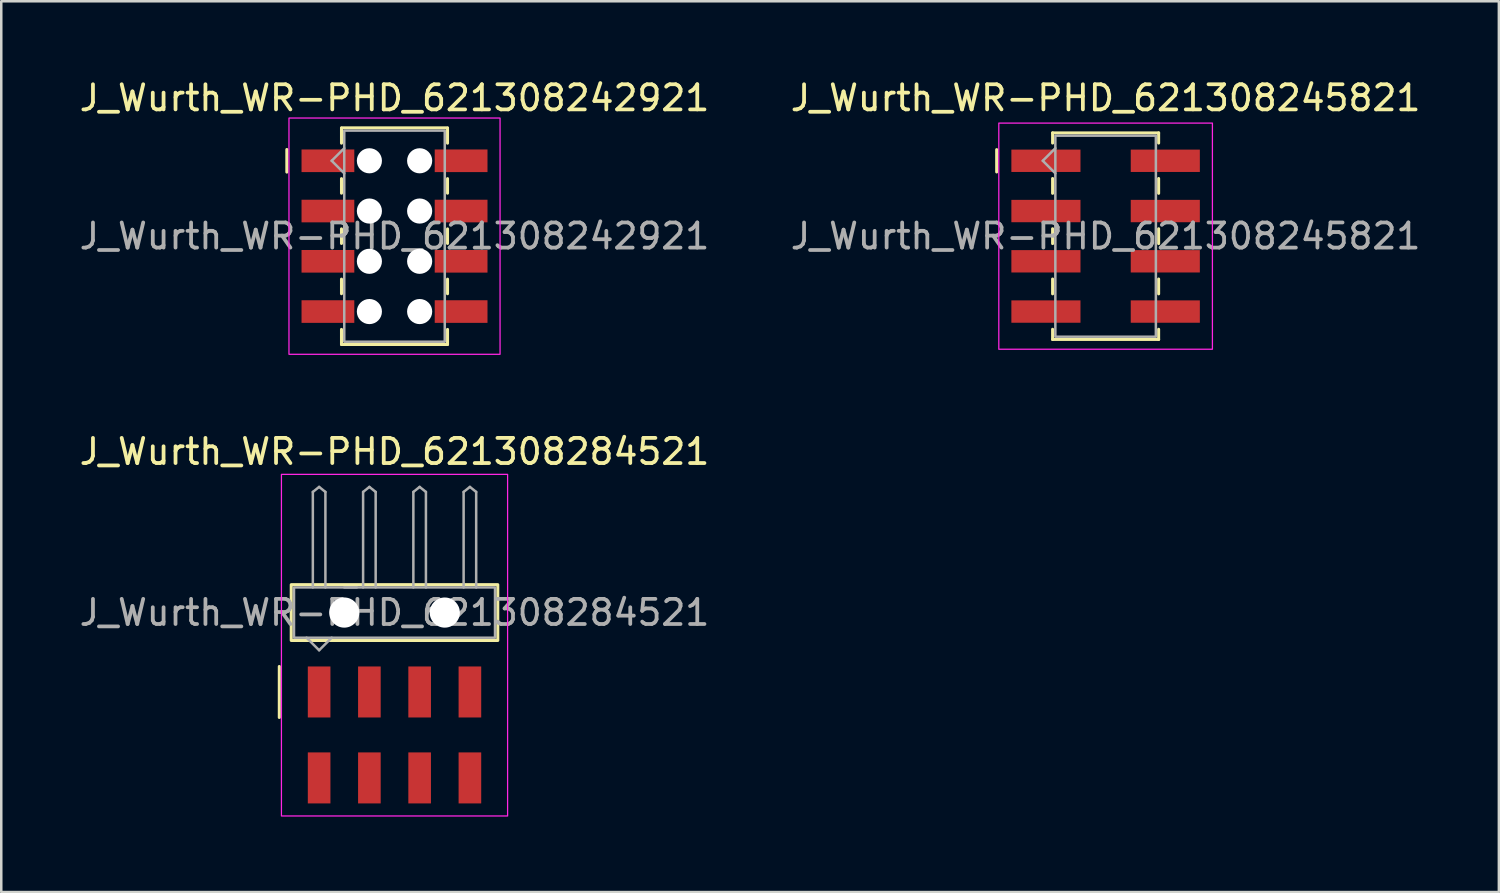
<source format=kicad_pcb>
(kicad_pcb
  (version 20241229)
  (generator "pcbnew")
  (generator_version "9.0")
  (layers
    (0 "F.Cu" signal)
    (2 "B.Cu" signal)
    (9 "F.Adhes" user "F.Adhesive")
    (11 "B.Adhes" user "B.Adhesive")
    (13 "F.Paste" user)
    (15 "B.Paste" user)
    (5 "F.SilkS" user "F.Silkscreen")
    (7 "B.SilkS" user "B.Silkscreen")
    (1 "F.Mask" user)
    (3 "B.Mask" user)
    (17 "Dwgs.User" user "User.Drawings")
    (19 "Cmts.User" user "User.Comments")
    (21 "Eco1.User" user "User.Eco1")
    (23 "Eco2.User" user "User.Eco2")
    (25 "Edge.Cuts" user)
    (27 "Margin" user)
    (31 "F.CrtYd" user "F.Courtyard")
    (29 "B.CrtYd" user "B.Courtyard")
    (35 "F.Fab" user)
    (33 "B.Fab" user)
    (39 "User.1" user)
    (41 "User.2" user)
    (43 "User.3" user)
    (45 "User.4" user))
  (footprint "J_Wurth_WR-PHD_621308245821"
    (layer "F.Cu")
    (at 40.946 6.348)
    (property "Reference" "J_Wurth_WR-PHD_621308245821" (at 0 -5.5 0) (unlocked yes) (layer "F.SilkS") (effects (font (size 1 1) (thickness 0.15))))
    (attr smd)
    (fp_line (start -4.335 -3.445) (end -4.335 -2.555) (stroke (width 0.12) (type solid)) (layer "F.SilkS"))
    (fp_line (start -2.11 -4.11) (end -2.11 -3.705) (stroke (width 0.12) (type solid)) (layer "F.SilkS"))
    (fp_line (start -2.11 -2.295) (end -2.11 -1.705) (stroke (width 0.12) (type solid)) (layer "F.SilkS"))
    (fp_line (start -2.11 -0.295) (end -2.11 0.295) (stroke (width 0.12) (type solid)) (layer "F.SilkS"))
    (fp_line (start -2.11 1.705) (end -2.11 2.295) (stroke (width 0.12) (type solid)) (layer "F.SilkS"))
    (fp_line (start -2.11 3.705) (end -2.11 4.11) (stroke (width 0.12) (type solid)) (layer "F.SilkS"))
    (fp_line (start 2.11 -4.11) (end -2.11 -4.11) (stroke (width 0.12) (type solid)) (layer "F.SilkS"))
    (fp_line (start 2.11 -4.11) (end 2.11 -3.705) (stroke (width 0.12) (type solid)) (layer "F.SilkS"))
    (fp_line (start 2.11 -2.295) (end 2.11 -1.705) (stroke (width 0.12) (type solid)) (layer "F.SilkS"))
    (fp_line (start 2.11 -0.295) (end 2.11 0.295) (stroke (width 0.12) (type solid)) (layer "F.SilkS"))
    (fp_line (start 2.11 1.705) (end 2.11 2.295) (stroke (width 0.12) (type solid)) (layer "F.SilkS"))
    (fp_line (start 2.11 3.705) (end 2.11 4.11) (stroke (width 0.12) (type solid)) (layer "F.SilkS"))
    (fp_line (start 2.11 4.11) (end -2.11 4.11) (stroke (width 0.12) (type solid)) (layer "F.SilkS"))
    (fp_rect (start -4.25 -4.5) (end 4.25 4.5) (stroke (width 0.05) (type solid)) (fill no) (layer "F.CrtYd"))
    (fp_line (start -2.5 -3) (end -2 -2.5) (stroke (width 0.1) (type default)) (layer "F.Fab"))
    (fp_line (start -2 -3.5) (end -2.5 -3) (stroke (width 0.1) (type default)) (layer "F.Fab"))
    (fp_rect (start -2 -4) (end 2 4) (stroke (width 0.1) (type solid)) (fill no) (layer "F.Fab"))
    (fp_text user "${REFERENCE}" (at 0 0 0) (unlocked yes) (layer "F.Fab") (effects (font (size 1 1) (thickness 0.15))))
    (pad "1" smd rect (at -2.375 -3 270) (size 0.89 2.75) (layers "F.Cu" "F.Mask" "F.Paste"))
    (pad "2" smd rect (at 2.375 -3 270) (size 0.89 2.75) (layers "F.Cu" "F.Mask" "F.Paste"))
    (pad "3" smd rect (at -2.375 -1 270) (size 0.89 2.75) (layers "F.Cu" "F.Mask" "F.Paste"))
    (pad "4" smd rect (at 2.375 -1 270) (size 0.89 2.75) (layers "F.Cu" "F.Mask" "F.Paste"))
    (pad "5" smd rect (at -2.375 1 270) (size 0.89 2.75) (layers "F.Cu" "F.Mask" "F.Paste"))
    (pad "6" smd rect (at 2.375 1 270) (size 0.89 2.75) (layers "F.Cu" "F.Mask" "F.Paste"))
    (pad "7" smd rect (at -2.375 3 270) (size 0.89 2.75) (layers "F.Cu" "F.Mask" "F.Paste"))
    (pad "8" smd rect (at 2.375 3 270) (size 0.89 2.75) (layers "F.Cu" "F.Mask" "F.Paste")))
  (footprint "J_Wurth_WR-PHD_621308284521"
    (layer "F.Cu")
    (at 12.649 21.326)
    (property "Reference" "J_Wurth_WR-PHD_621308284521" (at 0 -6.405 0) (unlocked yes) (layer "F.SilkS") (effects (font (size 1 1) (thickness 0.15))))
    (attr smd)
    (fp_line (start -4.585 4.175) (end -4.585 2.145) (stroke (width 0.12) (type solid)) (layer "F.SilkS"))
    (fp_rect (start -4.11 -1.11) (end 4.11 1.11) (stroke (width 0.12) (type solid)) (fill no) (layer "F.SilkS"))
    (fp_rect (start -4.5 -5.5) (end 4.5 8.095) (stroke (width 0.05) (type solid)) (fill no) (layer "F.CrtYd"))
    (fp_line (start -3.25 -4.8) (end -3.25 -1) (stroke (width 0.1) (type solid)) (layer "F.Fab"))
    (fp_line (start -3 -5) (end -3.25 -4.8) (stroke (width 0.1) (type default)) (layer "F.Fab"))
    (fp_line (start -3 1.5) (end -3.5 1) (stroke (width 0.1) (type default)) (layer "F.Fab"))
    (fp_line (start -3 1.5) (end -2.5 1) (stroke (width 0.1) (type default)) (layer "F.Fab"))
    (fp_line (start -2.75 -4.8) (end -3 -5) (stroke (width 0.1) (type default)) (layer "F.Fab"))
    (fp_line (start -2.75 -1) (end -2.75 -4.8) (stroke (width 0.1) (type solid)) (layer "F.Fab"))
    (fp_line (start -2 -1) (end -1.5 -1) (stroke (width 0.1) (type default)) (layer "F.Fab"))
    (fp_line (start -1.25 -4.8) (end -1 -5) (stroke (width 0.1) (type default)) (layer "F.Fab"))
    (fp_line (start -1.25 -1) (end -1.25 -4.8) (stroke (width 0.1) (type solid)) (layer "F.Fab"))
    (fp_line (start -1 -5) (end -0.75 -4.8) (stroke (width 0.1) (type default)) (layer "F.Fab"))
    (fp_line (start -0.75 -4.8) (end -0.75 -1) (stroke (width 0.1) (type solid)) (layer "F.Fab"))
    (fp_line (start 0.75 -4.8) (end 1 -5) (stroke (width 0.1) (type default)) (layer "F.Fab"))
    (fp_line (start 0.75 -1) (end 0.75 -4.8) (stroke (width 0.1) (type solid)) (layer "F.Fab"))
    (fp_line (start 1 -5) (end 1.25 -4.8) (stroke (width 0.1) (type default)) (layer "F.Fab"))
    (fp_line (start 1.25 -4.8) (end 1.25 -1) (stroke (width 0.1) (type solid)) (layer "F.Fab"))
    (fp_line (start 2.75 -4.8) (end 3 -5) (stroke (width 0.1) (type default)) (layer "F.Fab"))
    (fp_line (start 2.75 -1) (end 2.75 -4.8) (stroke (width 0.1) (type solid)) (layer "F.Fab"))
    (fp_line (start 3 -5) (end 3.25 -4.8) (stroke (width 0.1) (type default)) (layer "F.Fab"))
    (fp_line (start 3.25 -4.8) (end 3.25 -1) (stroke (width 0.1) (type solid)) (layer "F.Fab"))
    (fp_rect (start -4 -1) (end 4 1) (stroke (width 0.1) (type solid)) (fill no) (layer "F.Fab"))
    (fp_text user "${REFERENCE}" (at 0 0 0) (unlocked yes) (layer "F.Fab") (effects (font (size 1 1) (thickness 0.15))))
    (pad "" np_thru_hole circle (at -2 0 180) (size 1.2 1.2) (drill 1.2) (layers "*.Cu" "*.Mask"))
    (pad "" np_thru_hole circle (at 2 0 180) (size 1.2 1.2) (drill 1.2) (layers "*.Cu" "*.Mask"))
    (pad "1" smd rect (at -3 3.16 180) (size 0.9 2.03) (layers "F.Cu" "F.Mask" "F.Paste"))
    (pad "2" smd rect (at -3 6.58 180) (size 0.9 2.03) (layers "F.Cu" "F.Mask" "F.Paste"))
    (pad "3" smd rect (at -1 3.16 180) (size 0.9 2.03) (layers "F.Cu" "F.Mask" "F.Paste"))
    (pad "4" smd rect (at -1 6.58 180) (size 0.9 2.03) (layers "F.Cu" "F.Mask" "F.Paste"))
    (pad "5" smd rect (at 1 3.16 180) (size 0.9 2.03) (layers "F.Cu" "F.Mask" "F.Paste"))
    (pad "6" smd rect (at 1 6.58 180) (size 0.9 2.03) (layers "F.Cu" "F.Mask" "F.Paste"))
    (pad "7" smd rect (at 3 3.16 180) (size 0.9 2.03) (layers "F.Cu" "F.Mask" "F.Paste"))
    (pad "8" smd rect (at 3 6.58 180) (size 0.9 2.03) (layers "F.Cu" "F.Mask" "F.Paste")))
  (footprint "J_Wurth_WR-PHD_621308242921"
    (layer "F.Cu")
    (at 12.649 6.348)
    (property "Reference" "J_Wurth_WR-PHD_621308242921" (at 0 -5.5 0) (unlocked yes) (layer "F.SilkS") (effects (font (size 1 1) (thickness 0.15))))
    (attr smd)
    (fp_line (start -4.285 -3.45) (end -4.285 -2.55) (stroke (width 0.12) (type solid)) (layer "F.SilkS"))
    (fp_line (start -2.11 -4.31) (end 2.11 -4.31) (stroke (width 0.12) (type solid)) (layer "F.SilkS"))
    (fp_line (start -2.11 -3.7) (end -2.11 -4.3) (stroke (width 0.12) (type solid)) (layer "F.SilkS"))
    (fp_line (start -2.11 -2.29) (end -2.11 -1.71) (stroke (width 0.12) (type solid)) (layer "F.SilkS"))
    (fp_line (start -2.11 -0.29) (end -2.11 0.29) (stroke (width 0.12) (type solid)) (layer "F.SilkS"))
    (fp_line (start -2.11 1.71) (end -2.11 2.29) (stroke (width 0.12) (type solid)) (layer "F.SilkS"))
    (fp_line (start -2.11 3.71) (end -2.11 4.31) (stroke (width 0.12) (type solid)) (layer "F.SilkS"))
    (fp_line (start 2.11 -3.7) (end 2.11 -4.3) (stroke (width 0.12) (type solid)) (layer "F.SilkS"))
    (fp_line (start 2.11 -2.29) (end 2.11 -1.71) (stroke (width 0.12) (type solid)) (layer "F.SilkS"))
    (fp_line (start 2.11 -0.29) (end 2.11 0.29) (stroke (width 0.12) (type solid)) (layer "F.SilkS"))
    (fp_line (start 2.11 1.71) (end 2.11 2.29) (stroke (width 0.12) (type solid)) (layer "F.SilkS"))
    (fp_line (start 2.11 3.71) (end 2.11 4.31) (stroke (width 0.12) (type solid)) (layer "F.SilkS"))
    (fp_line (start 2.11 4.31) (end -2.11 4.31) (stroke (width 0.12) (type solid)) (layer "F.SilkS"))
    (fp_rect (start -4.2 -4.7) (end 4.2 4.7) (stroke (width 0.05) (type solid)) (fill no) (layer "F.CrtYd"))
    (fp_line (start -2.5 -3) (end -2 -2.5) (stroke (width 0.1) (type default)) (layer "F.Fab"))
    (fp_line (start -2 -3.5) (end -2.5 -3) (stroke (width 0.1) (type default)) (layer "F.Fab"))
    (fp_rect (start -2 -4.2) (end 2 4.2) (stroke (width 0.1) (type solid)) (fill no) (layer "F.Fab"))
    (fp_text user "${REFERENCE}" (at 0 0 0) (unlocked yes) (layer "F.Fab") (effects (font (size 1 1) (thickness 0.15))))
    (pad "" np_thru_hole circle (at -1 -3 270) (size 1 1) (drill 1) (layers "*.Cu" "*.Mask"))
    (pad "" np_thru_hole circle (at -1 -1 270) (size 1 1) (drill 1) (layers "*.Cu" "*.Mask"))
    (pad "" np_thru_hole circle (at -1 1 270) (size 1 1) (drill 1) (layers "*.Cu" "*.Mask"))
    (pad "" np_thru_hole circle (at -1 3 270) (size 1 1) (drill 1) (layers "*.Cu" "*.Mask"))
    (pad "" np_thru_hole circle (at 1 -3 270) (size 1 1) (drill 1) (layers "*.Cu" "*.Mask"))
    (pad "" np_thru_hole circle (at 1 -1 270) (size 1 1) (drill 1) (layers "*.Cu" "*.Mask"))
    (pad "" np_thru_hole circle (at 1 1 270) (size 1 1) (drill 1) (layers "*.Cu" "*.Mask"))
    (pad "" np_thru_hole circle (at 1 3 270) (size 1 1) (drill 1) (layers "*.Cu" "*.Mask"))
    (pad "1" smd rect (at -2.65 -3 270) (size 0.9 2.1) (layers "F.Cu" "F.Mask" "F.Paste"))
    (pad "2" smd rect (at 2.65 -3 270) (size 0.9 2.1) (layers "F.Cu" "F.Mask" "F.Paste"))
    (pad "3" smd rect (at -2.65 -1 270) (size 0.9 2.1) (layers "F.Cu" "F.Mask" "F.Paste"))
    (pad "4" smd rect (at 2.65 -1 270) (size 0.9 2.1) (layers "F.Cu" "F.Mask" "F.Paste"))
    (pad "5" smd rect (at -2.65 1 270) (size 0.9 2.1) (layers "F.Cu" "F.Mask" "F.Paste"))
    (pad "6" smd rect (at 2.65 1 270) (size 0.9 2.1) (layers "F.Cu" "F.Mask" "F.Paste"))
    (pad "7" smd rect (at -2.65 3 270) (size 0.9 2.1) (layers "F.Cu" "F.Mask" "F.Paste"))
    (pad "8" smd rect (at 2.65 3 270) (size 0.9 2.1) (layers "F.Cu" "F.Mask" "F.Paste")))
  (gr_rect
    (start -3 -3)
    (end 56.595 32.447)
    (stroke (width 0.1) (type default))
    (fill no)
    (layer "Edge.Cuts")))
</source>
